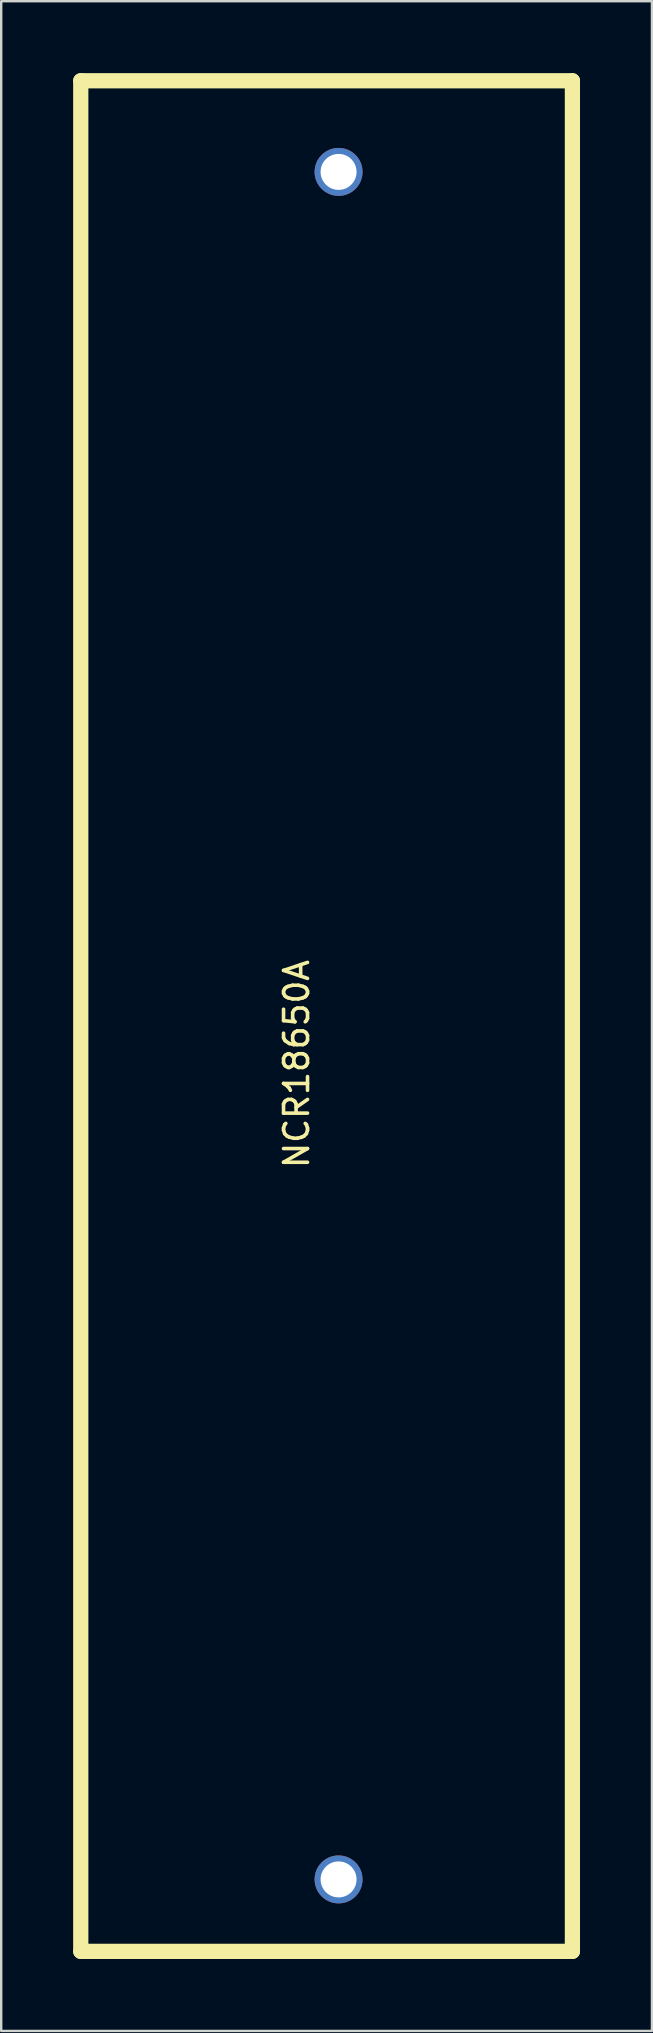
<source format=kicad_pcb>
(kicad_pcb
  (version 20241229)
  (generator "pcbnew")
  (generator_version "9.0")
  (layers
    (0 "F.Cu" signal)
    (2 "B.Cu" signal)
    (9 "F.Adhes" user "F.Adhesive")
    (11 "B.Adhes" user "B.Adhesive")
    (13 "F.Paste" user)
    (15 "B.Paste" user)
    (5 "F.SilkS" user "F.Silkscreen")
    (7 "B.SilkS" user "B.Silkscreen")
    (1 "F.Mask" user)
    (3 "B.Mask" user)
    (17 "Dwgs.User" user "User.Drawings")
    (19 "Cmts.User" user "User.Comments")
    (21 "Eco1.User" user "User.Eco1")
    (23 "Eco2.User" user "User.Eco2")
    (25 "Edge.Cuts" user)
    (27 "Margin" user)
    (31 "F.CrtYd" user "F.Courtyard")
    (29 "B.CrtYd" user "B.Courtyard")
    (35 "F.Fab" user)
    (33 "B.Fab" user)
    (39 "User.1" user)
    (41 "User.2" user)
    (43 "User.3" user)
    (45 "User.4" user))
  (footprint "NCR18650A"
    (layer "F.Cu")
    (at 0.318 0.318)
    (property "Reference" "NCR18650A" (at 9 41 90) (layer "F.SilkS") (effects (font (size 1 1) (thickness 0.15))))
    (attr through_hole)
    (fp_line (start 0 0) (end 20.5 0) (stroke (width 0.635) (type solid)) (layer "F.SilkS"))
    (fp_line (start 0 78) (end 0 0) (stroke (width 0.635) (type solid)) (layer "F.SilkS"))
    (fp_line (start 20.5 0) (end 20.5 78) (stroke (width 0.635) (type solid)) (layer "F.SilkS"))
    (fp_line (start 20.5 78) (end 0 78) (stroke (width 0.635) (type solid)) (layer "F.SilkS"))
    (pad "1" thru_hole circle (at 10.75 3.8) (size 2 2) (drill 1.5) (layers "*.Cu" "*.Mask"))
    (pad "2" thru_hole circle (at 10.75 75) (size 2 2) (drill 1.5) (layers "*.Cu" "*.Mask")))
  (gr_rect
    (start -3 -3)
    (end 24.135 81.635)
    (stroke (width 0.1) (type default))
    (fill no)
    (layer "Edge.Cuts")))
</source>
